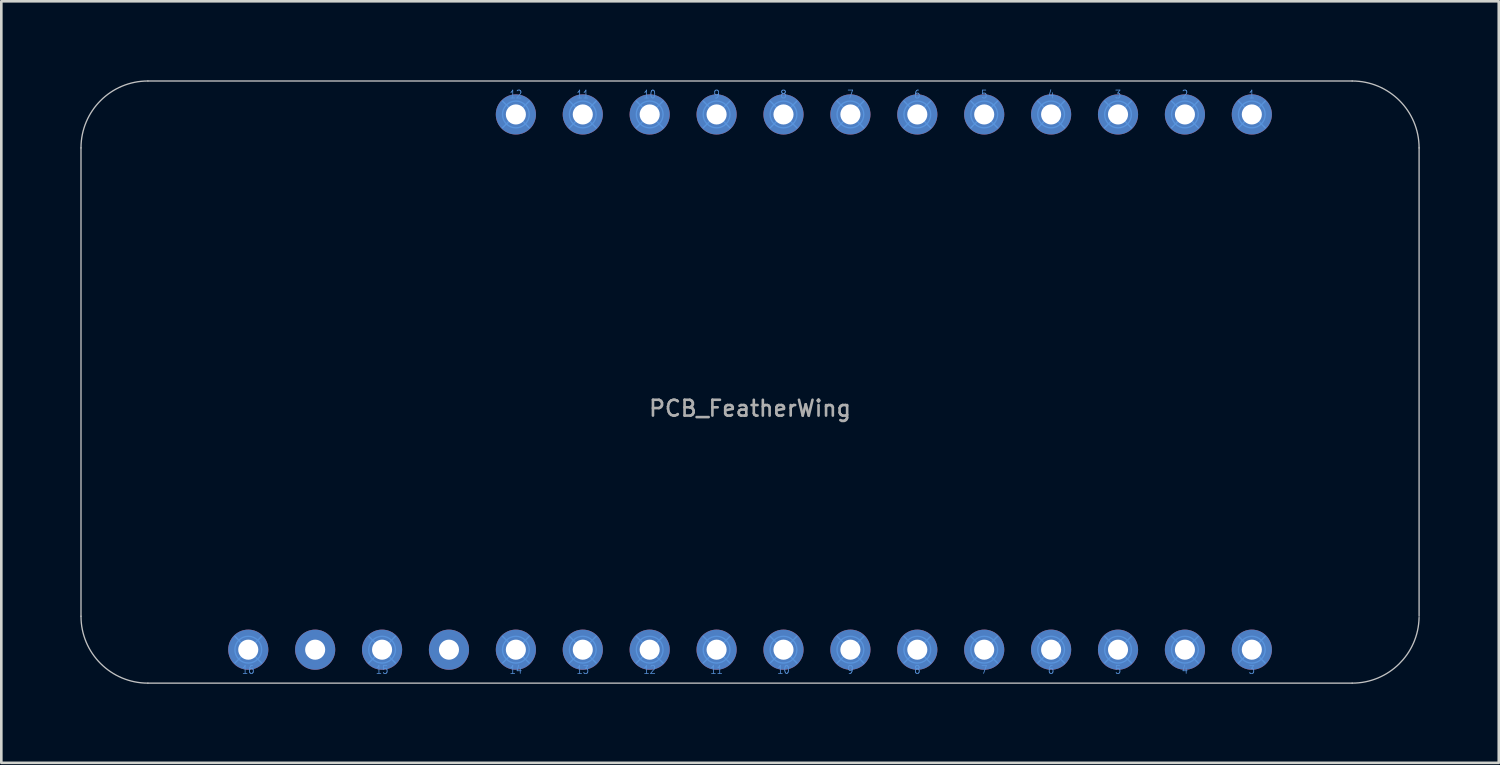
<source format=kicad_pcb>
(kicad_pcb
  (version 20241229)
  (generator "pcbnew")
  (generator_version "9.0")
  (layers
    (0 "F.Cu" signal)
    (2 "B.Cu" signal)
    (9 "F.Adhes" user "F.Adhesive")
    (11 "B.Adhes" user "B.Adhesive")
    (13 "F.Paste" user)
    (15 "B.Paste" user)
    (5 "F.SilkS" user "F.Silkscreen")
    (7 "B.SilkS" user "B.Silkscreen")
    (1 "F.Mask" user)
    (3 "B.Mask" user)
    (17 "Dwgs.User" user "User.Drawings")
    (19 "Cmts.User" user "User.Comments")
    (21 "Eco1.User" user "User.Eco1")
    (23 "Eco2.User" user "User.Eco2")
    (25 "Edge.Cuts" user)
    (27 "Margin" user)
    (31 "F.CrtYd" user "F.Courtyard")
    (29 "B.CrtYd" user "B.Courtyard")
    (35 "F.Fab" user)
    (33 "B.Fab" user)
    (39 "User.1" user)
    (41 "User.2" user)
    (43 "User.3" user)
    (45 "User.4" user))
  (footprint "PCB_FeatherWing"
    (layer "F.Cu")
    (at 25.425 11.455)
    (property "Reference" "PCB_FeatherWing" (at 0 1 0) (layer "F.Fab") (effects (font (size 0.6 0.6) (thickness 0.1))))
    (attr through_hole)
    (fp_line (start -25.4 -8.89) (end -25.4 8.89) (stroke (width 0.05) (type solid)) (layer "Dwgs.User"))
    (fp_line (start -22.86 11.43) (end 22.86 11.43) (stroke (width 0.05) (type solid)) (layer "Dwgs.User"))
    (fp_line (start 22.86 -11.43) (end -22.86 -11.43) (stroke (width 0.05) (type solid)) (layer "Dwgs.User"))
    (fp_line (start 25.4 8.89) (end 25.4 -8.89) (stroke (width 0.05) (type solid)) (layer "Dwgs.User"))
    (fp_arc (start -25.4 -8.89) (mid -24.656051 -10.686051) (end -22.86 -11.43) (stroke (width 0.05) (type solid)) (layer "Dwgs.User"))
    (fp_arc (start -22.86 11.43) (mid -24.656051 10.686051) (end -25.4 8.89) (stroke (width 0.05) (type solid)) (layer "Dwgs.User"))
    (fp_arc (start 22.86 -11.43) (mid 24.656051 -10.686051) (end 25.4 -8.89) (stroke (width 0.05) (type solid)) (layer "Dwgs.User"))
    (fp_arc (start 25.399532 8.938762) (mid 24.638728 10.703209) (end 22.86 11.43) (stroke (width 0.05) (type solid)) (layer "Dwgs.User"))
    (fp_line (start -19.558 9.652) (end -18.542 10.668) (stroke (width 0.05) (type solid)) (layer "Cmts.User"))
    (fp_line (start -19.558 10.668) (end -18.542 9.652) (stroke (width 0.05) (type solid)) (layer "Cmts.User"))
    (fp_line (start -14.478 9.652) (end -13.462 10.668) (stroke (width 0.05) (type solid)) (layer "Cmts.User"))
    (fp_line (start -14.478 10.668) (end -13.462 9.652) (stroke (width 0.05) (type solid)) (layer "Cmts.User"))
    (fp_line (start -9.398 -10.668) (end -8.382 -9.652) (stroke (width 0.05) (type solid)) (layer "Cmts.User"))
    (fp_line (start -9.398 -9.652) (end -8.382 -10.668) (stroke (width 0.05) (type solid)) (layer "Cmts.User"))
    (fp_line (start -9.398 9.652) (end -8.382 10.668) (stroke (width 0.05) (type solid)) (layer "Cmts.User"))
    (fp_line (start -9.398 10.668) (end -8.382 9.652) (stroke (width 0.05) (type solid)) (layer "Cmts.User"))
    (fp_line (start -6.858 -10.668) (end -5.842 -9.652) (stroke (width 0.05) (type solid)) (layer "Cmts.User"))
    (fp_line (start -6.858 -9.652) (end -5.842 -10.668) (stroke (width 0.05) (type solid)) (layer "Cmts.User"))
    (fp_line (start -6.858 9.652) (end -5.842 10.668) (stroke (width 0.05) (type solid)) (layer "Cmts.User"))
    (fp_line (start -6.858 10.668) (end -5.842 9.652) (stroke (width 0.05) (type solid)) (layer "Cmts.User"))
    (fp_line (start -4.318 -10.668) (end -3.302 -9.652) (stroke (width 0.05) (type solid)) (layer "Cmts.User"))
    (fp_line (start -4.318 -9.652) (end -3.302 -10.668) (stroke (width 0.05) (type solid)) (layer "Cmts.User"))
    (fp_line (start -4.318 9.652) (end -3.302 10.668) (stroke (width 0.05) (type solid)) (layer "Cmts.User"))
    (fp_line (start -4.318 10.668) (end -3.302 9.652) (stroke (width 0.05) (type solid)) (layer "Cmts.User"))
    (fp_line (start -1.778 -10.668) (end -0.762 -9.652) (stroke (width 0.05) (type solid)) (layer "Cmts.User"))
    (fp_line (start -1.778 -9.652) (end -0.762 -10.668) (stroke (width 0.05) (type solid)) (layer "Cmts.User"))
    (fp_line (start -1.778 9.652) (end -0.762 10.668) (stroke (width 0.05) (type solid)) (layer "Cmts.User"))
    (fp_line (start -1.778 10.668) (end -0.762 9.652) (stroke (width 0.05) (type solid)) (layer "Cmts.User"))
    (fp_line (start 0.762 -10.668) (end 1.778 -9.652) (stroke (width 0.05) (type solid)) (layer "Cmts.User"))
    (fp_line (start 0.762 -9.652) (end 1.778 -10.668) (stroke (width 0.05) (type solid)) (layer "Cmts.User"))
    (fp_line (start 0.762 9.652) (end 1.778 10.668) (stroke (width 0.05) (type solid)) (layer "Cmts.User"))
    (fp_line (start 0.762 10.668) (end 1.778 9.652) (stroke (width 0.05) (type solid)) (layer "Cmts.User"))
    (fp_line (start 3.302 -10.668) (end 4.318 -9.652) (stroke (width 0.05) (type solid)) (layer "Cmts.User"))
    (fp_line (start 3.302 -9.652) (end 4.318 -10.668) (stroke (width 0.05) (type solid)) (layer "Cmts.User"))
    (fp_line (start 3.302 9.652) (end 4.318 10.668) (stroke (width 0.05) (type solid)) (layer "Cmts.User"))
    (fp_line (start 3.302 10.668) (end 4.318 9.652) (stroke (width 0.05) (type solid)) (layer "Cmts.User"))
    (fp_line (start 5.842 -10.668) (end 6.858 -9.652) (stroke (width 0.05) (type solid)) (layer "Cmts.User"))
    (fp_line (start 5.842 -9.652) (end 6.858 -10.668) (stroke (width 0.05) (type solid)) (layer "Cmts.User"))
    (fp_line (start 5.842 9.652) (end 6.858 10.668) (stroke (width 0.05) (type solid)) (layer "Cmts.User"))
    (fp_line (start 5.842 10.668) (end 6.858 9.652) (stroke (width 0.05) (type solid)) (layer "Cmts.User"))
    (fp_line (start 8.382 -10.668) (end 9.398 -9.652) (stroke (width 0.05) (type solid)) (layer "Cmts.User"))
    (fp_line (start 8.382 -9.652) (end 9.398 -10.668) (stroke (width 0.05) (type solid)) (layer "Cmts.User"))
    (fp_line (start 8.382 9.652) (end 9.398 10.668) (stroke (width 0.05) (type solid)) (layer "Cmts.User"))
    (fp_line (start 8.382 10.668) (end 9.398 9.652) (stroke (width 0.05) (type solid)) (layer "Cmts.User"))
    (fp_line (start 10.922 -10.668) (end 11.938 -9.652) (stroke (width 0.05) (type solid)) (layer "Cmts.User"))
    (fp_line (start 10.922 -9.652) (end 11.938 -10.668) (stroke (width 0.05) (type solid)) (layer "Cmts.User"))
    (fp_line (start 10.922 9.652) (end 11.938 10.668) (stroke (width 0.05) (type solid)) (layer "Cmts.User"))
    (fp_line (start 10.922 10.668) (end 11.938 9.652) (stroke (width 0.05) (type solid)) (layer "Cmts.User"))
    (fp_line (start 13.462 -10.668) (end 14.478 -9.652) (stroke (width 0.05) (type solid)) (layer "Cmts.User"))
    (fp_line (start 13.462 -9.652) (end 14.478 -10.668) (stroke (width 0.05) (type solid)) (layer "Cmts.User"))
    (fp_line (start 13.462 9.652) (end 14.478 10.668) (stroke (width 0.05) (type solid)) (layer "Cmts.User"))
    (fp_line (start 13.462 10.668) (end 14.478 9.652) (stroke (width 0.05) (type solid)) (layer "Cmts.User"))
    (fp_line (start 16.002 -10.668) (end 17.018 -9.652) (stroke (width 0.05) (type solid)) (layer "Cmts.User"))
    (fp_line (start 16.002 -9.652) (end 17.018 -10.668) (stroke (width 0.05) (type solid)) (layer "Cmts.User"))
    (fp_line (start 16.002 9.652) (end 17.018 10.668) (stroke (width 0.05) (type solid)) (layer "Cmts.User"))
    (fp_line (start 16.002 10.668) (end 17.018 9.652) (stroke (width 0.05) (type solid)) (layer "Cmts.User"))
    (fp_line (start 18.542 -10.668) (end 19.558 -9.652) (stroke (width 0.05) (type solid)) (layer "Cmts.User"))
    (fp_line (start 18.542 -9.652) (end 19.558 -10.668) (stroke (width 0.05) (type solid)) (layer "Cmts.User"))
    (fp_line (start 18.542 9.652) (end 19.558 10.668) (stroke (width 0.05) (type solid)) (layer "Cmts.User"))
    (fp_line (start 18.542 10.668) (end 19.558 9.652) (stroke (width 0.05) (type solid)) (layer "Cmts.User"))
    (fp_circle (center -19.05 10.16) (end -18.542 10.16) (stroke (width 0.05) (type solid)) (fill no) (layer "Cmts.User"))
    (fp_circle (center -13.97 10.16) (end -13.462 10.16) (stroke (width 0.05) (type solid)) (fill no) (layer "Cmts.User"))
    (fp_circle (center -8.89 -10.16) (end -8.382 -10.16) (stroke (width 0.05) (type solid)) (fill no) (layer "Cmts.User"))
    (fp_circle (center -8.89 10.16) (end -8.382 10.16) (stroke (width 0.05) (type solid)) (fill no) (layer "Cmts.User"))
    (fp_circle (center -6.35 -10.16) (end -5.842 -10.16) (stroke (width 0.05) (type solid)) (fill no) (layer "Cmts.User"))
    (fp_circle (center -6.35 10.16) (end -5.842 10.16) (stroke (width 0.05) (type solid)) (fill no) (layer "Cmts.User"))
    (fp_circle (center -3.81 -10.16) (end -3.302 -10.16) (stroke (width 0.05) (type solid)) (fill no) (layer "Cmts.User"))
    (fp_circle (center -3.81 10.16) (end -3.302 10.16) (stroke (width 0.05) (type solid)) (fill no) (layer "Cmts.User"))
    (fp_circle (center -1.27 -10.16) (end -0.762 -10.16) (stroke (width 0.05) (type solid)) (fill no) (layer "Cmts.User"))
    (fp_circle (center -1.27 10.16) (end -0.762 10.16) (stroke (width 0.05) (type solid)) (fill no) (layer "Cmts.User"))
    (fp_circle (center 1.27 -10.16) (end 1.778 -10.16) (stroke (width 0.05) (type solid)) (fill no) (layer "Cmts.User"))
    (fp_circle (center 1.27 10.16) (end 1.778 10.16) (stroke (width 0.05) (type solid)) (fill no) (layer "Cmts.User"))
    (fp_circle (center 3.81 -10.16) (end 4.318 -10.16) (stroke (width 0.05) (type solid)) (fill no) (layer "Cmts.User"))
    (fp_circle (center 3.81 10.16) (end 4.318 10.16) (stroke (width 0.05) (type solid)) (fill no) (layer "Cmts.User"))
    (fp_circle (center 6.35 -10.16) (end 6.858 -10.16) (stroke (width 0.05) (type solid)) (fill no) (layer "Cmts.User"))
    (fp_circle (center 6.35 10.16) (end 6.858 10.16) (stroke (width 0.05) (type solid)) (fill no) (layer "Cmts.User"))
    (fp_circle (center 8.89 -10.16) (end 9.398 -10.16) (stroke (width 0.05) (type solid)) (fill no) (layer "Cmts.User"))
    (fp_circle (center 8.89 10.16) (end 9.398 10.16) (stroke (width 0.05) (type solid)) (fill no) (layer "Cmts.User"))
    (fp_circle (center 11.43 -10.16) (end 11.938 -10.16) (stroke (width 0.05) (type solid)) (fill no) (layer "Cmts.User"))
    (fp_circle (center 11.43 10.16) (end 11.938 10.16) (stroke (width 0.05) (type solid)) (fill no) (layer "Cmts.User"))
    (fp_circle (center 13.97 -10.16) (end 14.478 -10.16) (stroke (width 0.05) (type solid)) (fill no) (layer "Cmts.User"))
    (fp_circle (center 13.97 10.16) (end 14.478 10.16) (stroke (width 0.05) (type solid)) (fill no) (layer "Cmts.User"))
    (fp_circle (center 16.51 -10.16) (end 17.018 -10.16) (stroke (width 0.05) (type solid)) (fill no) (layer "Cmts.User"))
    (fp_circle (center 16.51 10.16) (end 17.018 10.16) (stroke (width 0.05) (type solid)) (fill no) (layer "Cmts.User"))
    (fp_circle (center 19.05 -10.16) (end 19.558 -10.16) (stroke (width 0.05) (type solid)) (fill no) (layer "Cmts.User"))
    (fp_circle (center 19.05 10.16) (end 19.558 10.16) (stroke (width 0.05) (type solid)) (fill no) (layer "Cmts.User"))
    (fp_text user "10" (at 1.27 10.922 0) (layer "Cmts.User") (effects (font (size 0.3 0.25) (thickness 0.03))))
    (fp_text user "10" (at -3.81 -10.922 0) (layer "Cmts.User") (effects (font (size 0.3 0.25) (thickness 0.03))))
    (fp_text user "5" (at 13.97 10.922 0) (layer "Cmts.User") (effects (font (size 0.3 0.25) (thickness 0.03))))
    (fp_text user "12" (at -3.81 10.922 0) (layer "Cmts.User") (effects (font (size 0.3 0.25) (thickness 0.03))))
    (fp_text user "4" (at 16.51 10.922 0) (layer "Cmts.User") (effects (font (size 0.3 0.25) (thickness 0.03))))
    (fp_text user "9" (at 3.81 10.922 0) (layer "Cmts.User") (effects (font (size 0.3 0.25) (thickness 0.03))))
    (fp_text user "8" (at 1.27 -10.922 0) (layer "Cmts.User") (effects (font (size 0.3 0.25) (thickness 0.03))))
    (fp_text user "16" (at -19.05 10.922 0) (layer "Cmts.User") (effects (font (size 0.3 0.25) (thickness 0.03))))
    (fp_text user "7" (at 3.81 -10.922 0) (layer "Cmts.User") (effects (font (size 0.3 0.25) (thickness 0.03))))
    (fp_text user "11" (at -1.27 10.922 0) (layer "Cmts.User") (effects (font (size 0.3 0.25) (thickness 0.03))))
    (fp_text user "5" (at 8.89 -10.922 0) (layer "Cmts.User") (effects (font (size 0.3 0.25) (thickness 0.03))))
    (fp_text user "12" (at -8.89 -10.922 0) (layer "Cmts.User") (effects (font (size 0.3 0.25) (thickness 0.03))))
    (fp_text user "7" (at 8.89 10.922 0) (layer "Cmts.User") (effects (font (size 0.3 0.25) (thickness 0.03))))
    (fp_text user "13" (at -6.35 10.922 0) (layer "Cmts.User") (effects (font (size 0.3 0.25) (thickness 0.03))))
    (fp_text user "6" (at 11.43 10.922 0) (layer "Cmts.User") (effects (font (size 0.3 0.25) (thickness 0.03))))
    (fp_text user "4" (at 11.43 -10.922 0) (layer "Cmts.User") (effects (font (size 0.3 0.25) (thickness 0.03))))
    (fp_text user "1" (at 19.05 -10.922 0) (layer "Cmts.User") (effects (font (size 0.3 0.25) (thickness 0.03))))
    (fp_text user "8" (at 6.35 10.922 0) (layer "Cmts.User") (effects (font (size 0.3 0.25) (thickness 0.03))))
    (fp_text user "3" (at 19.05 10.922 0) (layer "Cmts.User") (effects (font (size 0.3 0.25) (thickness 0.03))))
    (fp_text user "11" (at -6.35 -10.922 0) (layer "Cmts.User") (effects (font (size 0.3 0.25) (thickness 0.03))))
    (fp_text user "9" (at -1.27 -10.922 0) (layer "Cmts.User") (effects (font (size 0.3 0.25) (thickness 0.03))))
    (fp_text user "2" (at 16.51 -10.922 0) (layer "Cmts.User") (effects (font (size 0.3 0.25) (thickness 0.03))))
    (fp_text user "3" (at 13.97 -10.922 0) (layer "Cmts.User") (effects (font (size 0.3 0.25) (thickness 0.03))))
    (fp_text user "15" (at -13.97 10.922 0) (layer "Cmts.User") (effects (font (size 0.3 0.25) (thickness 0.03))))
    (fp_text user "14" (at -8.89 10.922 0) (layer "Cmts.User") (effects (font (size 0.3 0.25) (thickness 0.03))))
    (fp_text user "6" (at 6.35 -10.922 0) (layer "Cmts.User") (effects (font (size 0.3 0.25) (thickness 0.03))))
    (pad "3V3" thru_hole circle (at -16.51 10.16) (size 1.524 1.524) (drill 0.762) (layers "*.Cu" "*.Mask"))
    (pad "A0" thru_hole circle (at -8.89 10.16) (size 1.524 1.524) (drill 0.762) (layers "*.Cu" "*.Mask"))
    (pad "A1" thru_hole circle (at -6.35 10.16) (size 1.524 1.524) (drill 0.762) (layers "*.Cu" "*.Mask"))
    (pad "A2" thru_hole circle (at -3.81 10.16) (size 1.524 1.524) (drill 0.762) (layers "*.Cu" "*.Mask"))
    (pad "A3" thru_hole circle (at -1.27 10.16) (size 1.524 1.524) (drill 0.762) (layers "*.Cu" "*.Mask"))
    (pad "A4" thru_hole circle (at 1.27 10.16) (size 1.524 1.524) (drill 0.762) (layers "*.Cu" "*.Mask"))
    (pad "A5" thru_hole circle (at 3.81 10.16) (size 1.524 1.524) (drill 0.762) (layers "*.Cu" "*.Mask"))
    (pad "D2" thru_hole circle (at 13.97 -10.16) (size 1.524 1.524) (drill 0.762) (layers "*.Cu" "*.Mask"))
    (pad "D3" thru_hole circle (at 11.43 -10.16) (size 1.524 1.524) (drill 0.762) (layers "*.Cu" "*.Mask"))
    (pad "D4" thru_hole circle (at 8.89 -10.16) (size 1.524 1.524) (drill 0.762) (layers "*.Cu" "*.Mask"))
    (pad "D5" thru_hole circle (at 6.35 -10.16) (size 1.524 1.524) (drill 0.762) (layers "*.Cu" "*.Mask"))
    (pad "D6" thru_hole circle (at 3.81 -10.16) (size 1.524 1.524) (drill 0.762) (layers "*.Cu" "*.Mask"))
    (pad "D7" thru_hole circle (at 1.27 -10.16) (size 1.524 1.524) (drill 0.762) (layers "*.Cu" "*.Mask"))
    (pad "D8" thru_hole circle (at -1.27 -10.16) (size 1.524 1.524) (drill 0.762) (layers "*.Cu" "*.Mask"))
    (pad "EN" thru_hole circle (at -6.35 -10.16) (size 1.524 1.524) (drill 0.762) (layers "*.Cu" "*.Mask"))
    (pad "GND" thru_hole circle (at -11.43 10.16) (size 1.524 1.524) (drill 0.762) (layers "*.Cu" "*.Mask"))
    (pad "LI+" thru_hole circle (at -8.89 -10.16) (size 1.524 1.524) (drill 0.762) (layers "*.Cu" "*.Mask"))
    (pad "MD" thru_hole circle (at -13.97 10.16) (size 1.524 1.524) (drill 0.762) (layers "*.Cu" "*.Mask"))
    (pad "MI" thru_hole circle (at 11.43 10.16) (size 1.524 1.524) (drill 0.762) (layers "*.Cu" "*.Mask"))
    (pad "MO" thru_hole circle (at 8.89 10.16) (size 1.524 1.524) (drill 0.762) (layers "*.Cu" "*.Mask"))
    (pad "NC" thru_hole circle (at 19.05 10.16) (size 1.524 1.524) (drill 0.762) (layers "*.Cu" "*.Mask"))
    (pad "RESET" thru_hole circle (at -19.05 10.16) (size 1.524 1.524) (drill 0.762) (layers "*.Cu" "*.Mask"))
    (pad "RX" thru_hole circle (at 13.97 10.16) (size 1.524 1.524) (drill 0.762) (layers "*.Cu" "*.Mask"))
    (pad "SCK" thru_hole circle (at 6.35 10.16) (size 1.524 1.524) (drill 0.762) (layers "*.Cu" "*.Mask"))
    (pad "SDA" thru_hole circle (at 19.05 -10.16) (size 1.524 1.524) (drill 0.762) (layers "*.Cu" "*.Mask"))
    (pad "SDL" thru_hole circle (at 16.51 -10.16) (size 1.524 1.524) (drill 0.762) (layers "*.Cu" "*.Mask"))
    (pad "TX" thru_hole circle (at 16.51 10.16) (size 1.524 1.524) (drill 0.762) (layers "*.Cu" "*.Mask"))
    (pad "VUSB" thru_hole circle (at -3.81 -10.16) (size 1.524 1.524) (drill 0.762) (layers "*.Cu" "*.Mask")))
  (gr_rect
    (start -3 -3)
    (end 53.85 25.91)
    (stroke (width 0.1) (type default))
    (fill no)
    (layer "Edge.Cuts")))
</source>
